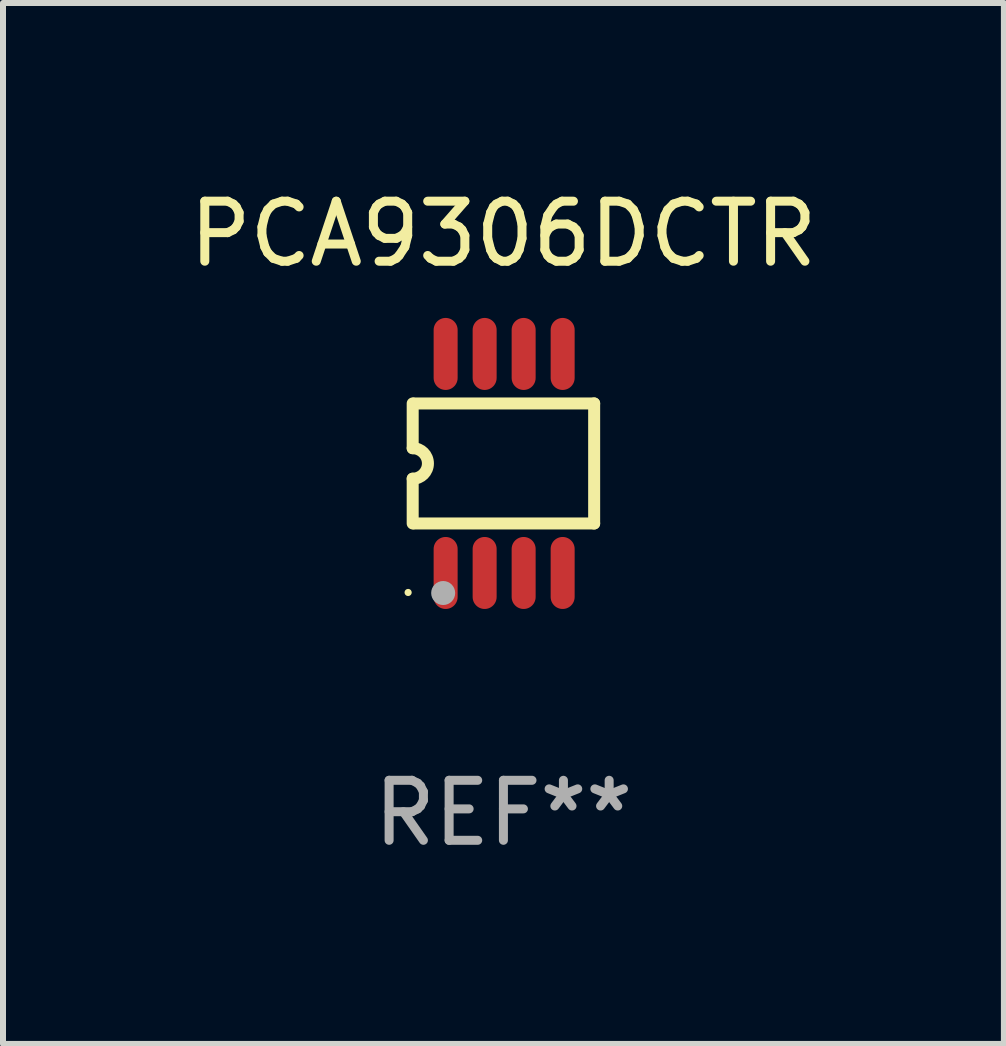
<source format=kicad_pcb>
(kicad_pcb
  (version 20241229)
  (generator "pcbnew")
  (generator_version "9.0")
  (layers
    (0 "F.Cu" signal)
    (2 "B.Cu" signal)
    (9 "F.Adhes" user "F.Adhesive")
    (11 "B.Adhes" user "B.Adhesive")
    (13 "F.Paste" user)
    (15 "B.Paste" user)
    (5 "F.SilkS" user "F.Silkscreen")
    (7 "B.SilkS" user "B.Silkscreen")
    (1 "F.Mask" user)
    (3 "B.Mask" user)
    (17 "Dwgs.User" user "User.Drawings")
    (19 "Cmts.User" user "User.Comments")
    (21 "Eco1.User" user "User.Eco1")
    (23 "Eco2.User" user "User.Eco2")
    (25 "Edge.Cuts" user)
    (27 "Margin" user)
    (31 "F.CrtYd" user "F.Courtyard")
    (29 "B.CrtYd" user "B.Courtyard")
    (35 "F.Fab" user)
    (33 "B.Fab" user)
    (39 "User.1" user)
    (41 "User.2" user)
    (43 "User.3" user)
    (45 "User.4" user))
  (footprint "PCA9306DCTR"
    (layer "F.Cu")
    (at 5.339 4.673)
    (property "Reference" "PCA9306DCTR" (at 0 -3.825 0) (layer "F.SilkS") (effects (font (size 1 1) (thickness 0.15))))
    (attr through_hole)
    (fp_line (start -1.512 -0.254) (end -1.512 -1) (stroke (width 0.2) (type solid)) (layer "F.SilkS"))
    (fp_line (start -1.512 0.254) (end -1.512 1) (stroke (width 0.2) (type solid)) (layer "F.SilkS"))
    (fp_line (start -1.488 -1) (end 1.512 -1) (stroke (width 0.2) (type solid)) (layer "F.SilkS"))
    (fp_line (start 1.512 -1) (end 1.512 1) (stroke (width 0.2) (type solid)) (layer "F.SilkS"))
    (fp_line (start 1.512 1) (end -1.488 1) (stroke (width 0.2) (type solid)) (layer "F.SilkS"))
    (fp_arc (start -1.512002 -0.254001) (mid -1.258001 0) (end -1.512002 0.254001) (stroke (width 0.2) (type solid)) (layer "F.SilkS"))
    (fp_circle (center -1.588 2.15) (end -1.558 2.15) (stroke (width 0.06) (type solid)) (fill no) (layer "F.SilkS"))
    (fp_circle (center -1.004 2.159) (end -0.904 2.159) (stroke (width 0.2) (type solid)) (fill no) (layer "F.Fab"))
    (fp_text user "REF**" (at 0 5.825 0) (layer "F.Fab") (effects (font (size 1 1) (thickness 0.15))))
    (pad "1" smd oval (at -0.963 1.825 270) (size 1.2 0.4) (layers "F.Cu" "F.Mask" "F.Paste"))
    (pad "2" smd oval (at -0.313 1.825 270) (size 1.2 0.4) (layers "F.Cu" "F.Mask" "F.Paste"))
    (pad "3" smd oval (at 0.337 1.825 270) (size 1.2 0.4) (layers "F.Cu" "F.Mask" "F.Paste"))
    (pad "4" smd oval (at 0.987 1.825 270) (size 1.2 0.4) (layers "F.Cu" "F.Mask" "F.Paste"))
    (pad "5" smd oval (at 0.987 -1.825 270) (size 1.2 0.4) (layers "F.Cu" "F.Mask" "F.Paste"))
    (pad "6" smd oval (at 0.337 -1.825 270) (size 1.2 0.4) (layers "F.Cu" "F.Mask" "F.Paste"))
    (pad "7" smd oval (at -0.313 -1.825 270) (size 1.2 0.4) (layers "F.Cu" "F.Mask" "F.Paste"))
    (pad "8" smd oval (at -0.963 -1.825 270) (size 1.2 0.4) (layers "F.Cu" "F.Mask" "F.Paste")))
  (gr_rect
    (start -3 -3)
    (end 13.679 14.346)
    (stroke (width 0.1) (type default))
    (fill no)
    (layer "Edge.Cuts")))
</source>
